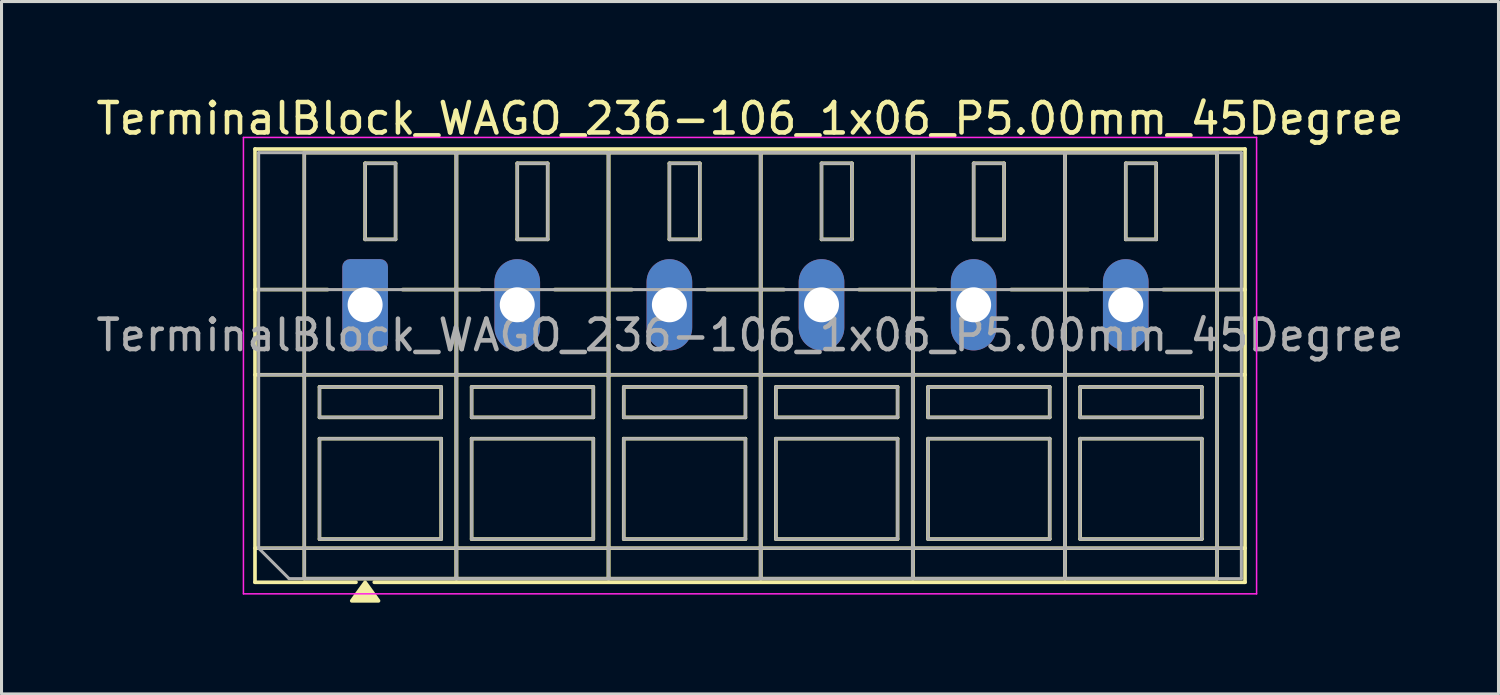
<source format=kicad_pcb>
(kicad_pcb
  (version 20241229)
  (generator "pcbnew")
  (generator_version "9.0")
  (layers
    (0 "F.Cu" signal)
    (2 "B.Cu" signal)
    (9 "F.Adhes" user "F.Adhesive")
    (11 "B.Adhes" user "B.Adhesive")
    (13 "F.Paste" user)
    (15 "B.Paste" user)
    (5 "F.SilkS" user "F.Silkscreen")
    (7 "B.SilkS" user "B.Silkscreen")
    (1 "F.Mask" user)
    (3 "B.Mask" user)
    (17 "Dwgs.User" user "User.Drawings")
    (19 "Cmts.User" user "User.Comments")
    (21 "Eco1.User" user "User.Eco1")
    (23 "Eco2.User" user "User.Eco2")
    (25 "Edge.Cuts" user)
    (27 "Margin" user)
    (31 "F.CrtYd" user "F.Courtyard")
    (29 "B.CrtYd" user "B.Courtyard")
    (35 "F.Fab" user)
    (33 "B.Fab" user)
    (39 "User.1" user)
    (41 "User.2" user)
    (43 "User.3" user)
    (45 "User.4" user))
  (footprint "TerminalBlock_WAGO_236-106_1x06_P5.00mm_45Degree"
    (layer "F.Cu")
    (at 8.951 6.968)
    (property "Reference" "TerminalBlock_WAGO_236-106_1x06_P5.00mm_45Degree" (at 12.65 -6.12 0) (layer "F.SilkS") (effects (font (size 1 1) (thickness 0.15))))
    (attr through_hole)
    (fp_line (start -3.62 -5.12) (end -3.62 9.12) (stroke (width 0.12) (type solid)) (layer "F.SilkS"))
    (fp_line (start -3.62 -5.12) (end 28.92 -5.12) (stroke (width 0.12) (type solid)) (layer "F.SilkS"))
    (fp_line (start -3.62 -0.5) (end -1.23 -0.5) (stroke (width 0.12) (type solid)) (layer "F.SilkS"))
    (fp_line (start -3.62 2.3) (end 28.92 2.3) (stroke (width 0.12) (type solid)) (layer "F.SilkS"))
    (fp_line (start -3.62 8) (end 28.92 8) (stroke (width 0.12) (type solid)) (layer "F.SilkS"))
    (fp_line (start -3.62 9.12) (end -0.3 9.12) (stroke (width 0.12) (type solid)) (layer "F.SilkS"))
    (fp_line (start -2 -5) (end -2 9) (stroke (width 0.12) (type solid)) (layer "F.SilkS"))
    (fp_line (start -2 -5) (end 3 -5) (stroke (width 0.12) (type solid)) (layer "F.SilkS"))
    (fp_line (start -2 9) (end 3 9) (stroke (width 0.12) (type solid)) (layer "F.SilkS"))
    (fp_line (start -1.5 2.7) (end -1.5 3.7) (stroke (width 0.12) (type solid)) (layer "F.SilkS"))
    (fp_line (start -1.5 2.7) (end 2.5 2.7) (stroke (width 0.12) (type solid)) (layer "F.SilkS"))
    (fp_line (start -1.5 3.7) (end 2.5 3.7) (stroke (width 0.12) (type solid)) (layer "F.SilkS"))
    (fp_line (start -1.5 4.4) (end -1.5 7.7) (stroke (width 0.12) (type solid)) (layer "F.SilkS"))
    (fp_line (start -1.5 4.4) (end 2.5 4.4) (stroke (width 0.12) (type solid)) (layer "F.SilkS"))
    (fp_line (start -1.5 7.7) (end 2.5 7.7) (stroke (width 0.12) (type solid)) (layer "F.SilkS"))
    (fp_line (start 0 -4.65) (end 0 -2.15) (stroke (width 0.12) (type solid)) (layer "F.SilkS"))
    (fp_line (start 0 -4.65) (end 1 -4.65) (stroke (width 0.12) (type solid)) (layer "F.SilkS"))
    (fp_line (start 0 -2.15) (end 1 -2.15) (stroke (width 0.12) (type solid)) (layer "F.SilkS"))
    (fp_line (start 0.3 9.12) (end 28.92 9.12) (stroke (width 0.12) (type solid)) (layer "F.SilkS"))
    (fp_line (start 1 -4.65) (end 1 -2.15) (stroke (width 0.12) (type solid)) (layer "F.SilkS"))
    (fp_line (start 1.23 -0.5) (end 3.77 -0.5) (stroke (width 0.12) (type solid)) (layer "F.SilkS"))
    (fp_line (start 2.5 2.7) (end 2.5 3.7) (stroke (width 0.12) (type solid)) (layer "F.SilkS"))
    (fp_line (start 2.5 4.4) (end 2.5 7.7) (stroke (width 0.12) (type solid)) (layer "F.SilkS"))
    (fp_line (start 3 -5) (end 3 9) (stroke (width 0.12) (type solid)) (layer "F.SilkS"))
    (fp_line (start 3 -5) (end 3 9) (stroke (width 0.12) (type solid)) (layer "F.SilkS"))
    (fp_line (start 3 -5) (end 8 -5) (stroke (width 0.12) (type solid)) (layer "F.SilkS"))
    (fp_line (start 3 9) (end 8 9) (stroke (width 0.12) (type solid)) (layer "F.SilkS"))
    (fp_line (start 3.5 2.7) (end 3.5 3.7) (stroke (width 0.12) (type solid)) (layer "F.SilkS"))
    (fp_line (start 3.5 2.7) (end 7.5 2.7) (stroke (width 0.12) (type solid)) (layer "F.SilkS"))
    (fp_line (start 3.5 3.7) (end 7.5 3.7) (stroke (width 0.12) (type solid)) (layer "F.SilkS"))
    (fp_line (start 3.5 4.4) (end 3.5 7.7) (stroke (width 0.12) (type solid)) (layer "F.SilkS"))
    (fp_line (start 3.5 4.4) (end 7.5 4.4) (stroke (width 0.12) (type solid)) (layer "F.SilkS"))
    (fp_line (start 3.5 7.7) (end 7.5 7.7) (stroke (width 0.12) (type solid)) (layer "F.SilkS"))
    (fp_line (start 5 -4.65) (end 5 -2.15) (stroke (width 0.12) (type solid)) (layer "F.SilkS"))
    (fp_line (start 5 -4.65) (end 6 -4.65) (stroke (width 0.12) (type solid)) (layer "F.SilkS"))
    (fp_line (start 5 -2.15) (end 6 -2.15) (stroke (width 0.12) (type solid)) (layer "F.SilkS"))
    (fp_line (start 6 -4.65) (end 6 -2.15) (stroke (width 0.12) (type solid)) (layer "F.SilkS"))
    (fp_line (start 6.23 -0.5) (end 8.77 -0.5) (stroke (width 0.12) (type solid)) (layer "F.SilkS"))
    (fp_line (start 7.5 2.7) (end 7.5 3.7) (stroke (width 0.12) (type solid)) (layer "F.SilkS"))
    (fp_line (start 7.5 4.4) (end 7.5 7.7) (stroke (width 0.12) (type solid)) (layer "F.SilkS"))
    (fp_line (start 8 -5) (end 8 9) (stroke (width 0.12) (type solid)) (layer "F.SilkS"))
    (fp_line (start 8 -5) (end 8 9) (stroke (width 0.12) (type solid)) (layer "F.SilkS"))
    (fp_line (start 8 -5) (end 13 -5) (stroke (width 0.12) (type solid)) (layer "F.SilkS"))
    (fp_line (start 8 9) (end 13 9) (stroke (width 0.12) (type solid)) (layer "F.SilkS"))
    (fp_line (start 8.5 2.7) (end 8.5 3.7) (stroke (width 0.12) (type solid)) (layer "F.SilkS"))
    (fp_line (start 8.5 2.7) (end 12.5 2.7) (stroke (width 0.12) (type solid)) (layer "F.SilkS"))
    (fp_line (start 8.5 3.7) (end 12.5 3.7) (stroke (width 0.12) (type solid)) (layer "F.SilkS"))
    (fp_line (start 8.5 4.4) (end 8.5 7.7) (stroke (width 0.12) (type solid)) (layer "F.SilkS"))
    (fp_line (start 8.5 4.4) (end 12.5 4.4) (stroke (width 0.12) (type solid)) (layer "F.SilkS"))
    (fp_line (start 8.5 7.7) (end 12.5 7.7) (stroke (width 0.12) (type solid)) (layer "F.SilkS"))
    (fp_line (start 10 -4.65) (end 10 -2.15) (stroke (width 0.12) (type solid)) (layer "F.SilkS"))
    (fp_line (start 10 -4.65) (end 11 -4.65) (stroke (width 0.12) (type solid)) (layer "F.SilkS"))
    (fp_line (start 10 -2.15) (end 11 -2.15) (stroke (width 0.12) (type solid)) (layer "F.SilkS"))
    (fp_line (start 11 -4.65) (end 11 -2.15) (stroke (width 0.12) (type solid)) (layer "F.SilkS"))
    (fp_line (start 11.23 -0.5) (end 13.77 -0.5) (stroke (width 0.12) (type solid)) (layer "F.SilkS"))
    (fp_line (start 12.5 2.7) (end 12.5 3.7) (stroke (width 0.12) (type solid)) (layer "F.SilkS"))
    (fp_line (start 12.5 4.4) (end 12.5 7.7) (stroke (width 0.12) (type solid)) (layer "F.SilkS"))
    (fp_line (start 13 -5) (end 13 9) (stroke (width 0.12) (type solid)) (layer "F.SilkS"))
    (fp_line (start 13 -5) (end 13 9) (stroke (width 0.12) (type solid)) (layer "F.SilkS"))
    (fp_line (start 13 -5) (end 18 -5) (stroke (width 0.12) (type solid)) (layer "F.SilkS"))
    (fp_line (start 13 9) (end 18 9) (stroke (width 0.12) (type solid)) (layer "F.SilkS"))
    (fp_line (start 13.5 2.7) (end 13.5 3.7) (stroke (width 0.12) (type solid)) (layer "F.SilkS"))
    (fp_line (start 13.5 2.7) (end 17.5 2.7) (stroke (width 0.12) (type solid)) (layer "F.SilkS"))
    (fp_line (start 13.5 3.7) (end 17.5 3.7) (stroke (width 0.12) (type solid)) (layer "F.SilkS"))
    (fp_line (start 13.5 4.4) (end 13.5 7.7) (stroke (width 0.12) (type solid)) (layer "F.SilkS"))
    (fp_line (start 13.5 4.4) (end 17.5 4.4) (stroke (width 0.12) (type solid)) (layer "F.SilkS"))
    (fp_line (start 13.5 7.7) (end 17.5 7.7) (stroke (width 0.12) (type solid)) (layer "F.SilkS"))
    (fp_line (start 15 -4.65) (end 15 -2.15) (stroke (width 0.12) (type solid)) (layer "F.SilkS"))
    (fp_line (start 15 -4.65) (end 16 -4.65) (stroke (width 0.12) (type solid)) (layer "F.SilkS"))
    (fp_line (start 15 -2.15) (end 16 -2.15) (stroke (width 0.12) (type solid)) (layer "F.SilkS"))
    (fp_line (start 16 -4.65) (end 16 -2.15) (stroke (width 0.12) (type solid)) (layer "F.SilkS"))
    (fp_line (start 16.23 -0.5) (end 18.77 -0.5) (stroke (width 0.12) (type solid)) (layer "F.SilkS"))
    (fp_line (start 17.5 2.7) (end 17.5 3.7) (stroke (width 0.12) (type solid)) (layer "F.SilkS"))
    (fp_line (start 17.5 4.4) (end 17.5 7.7) (stroke (width 0.12) (type solid)) (layer "F.SilkS"))
    (fp_line (start 18 -5) (end 18 9) (stroke (width 0.12) (type solid)) (layer "F.SilkS"))
    (fp_line (start 18 -5) (end 18 9) (stroke (width 0.12) (type solid)) (layer "F.SilkS"))
    (fp_line (start 18 -5) (end 23 -5) (stroke (width 0.12) (type solid)) (layer "F.SilkS"))
    (fp_line (start 18 9) (end 23 9) (stroke (width 0.12) (type solid)) (layer "F.SilkS"))
    (fp_line (start 18.5 2.7) (end 18.5 3.7) (stroke (width 0.12) (type solid)) (layer "F.SilkS"))
    (fp_line (start 18.5 2.7) (end 22.5 2.7) (stroke (width 0.12) (type solid)) (layer "F.SilkS"))
    (fp_line (start 18.5 3.7) (end 22.5 3.7) (stroke (width 0.12) (type solid)) (layer "F.SilkS"))
    (fp_line (start 18.5 4.4) (end 18.5 7.7) (stroke (width 0.12) (type solid)) (layer "F.SilkS"))
    (fp_line (start 18.5 4.4) (end 22.5 4.4) (stroke (width 0.12) (type solid)) (layer "F.SilkS"))
    (fp_line (start 18.5 7.7) (end 22.5 7.7) (stroke (width 0.12) (type solid)) (layer "F.SilkS"))
    (fp_line (start 20 -4.65) (end 20 -2.15) (stroke (width 0.12) (type solid)) (layer "F.SilkS"))
    (fp_line (start 20 -4.65) (end 21 -4.65) (stroke (width 0.12) (type solid)) (layer "F.SilkS"))
    (fp_line (start 20 -2.15) (end 21 -2.15) (stroke (width 0.12) (type solid)) (layer "F.SilkS"))
    (fp_line (start 21 -4.65) (end 21 -2.15) (stroke (width 0.12) (type solid)) (layer "F.SilkS"))
    (fp_line (start 21.23 -0.5) (end 23.77 -0.5) (stroke (width 0.12) (type solid)) (layer "F.SilkS"))
    (fp_line (start 22.5 2.7) (end 22.5 3.7) (stroke (width 0.12) (type solid)) (layer "F.SilkS"))
    (fp_line (start 22.5 4.4) (end 22.5 7.7) (stroke (width 0.12) (type solid)) (layer "F.SilkS"))
    (fp_line (start 23 -5) (end 23 9) (stroke (width 0.12) (type solid)) (layer "F.SilkS"))
    (fp_line (start 23 -5) (end 23 9) (stroke (width 0.12) (type solid)) (layer "F.SilkS"))
    (fp_line (start 23 -5) (end 28 -5) (stroke (width 0.12) (type solid)) (layer "F.SilkS"))
    (fp_line (start 23 9) (end 28 9) (stroke (width 0.12) (type solid)) (layer "F.SilkS"))
    (fp_line (start 23.5 2.7) (end 23.5 3.7) (stroke (width 0.12) (type solid)) (layer "F.SilkS"))
    (fp_line (start 23.5 2.7) (end 27.5 2.7) (stroke (width 0.12) (type solid)) (layer "F.SilkS"))
    (fp_line (start 23.5 3.7) (end 27.5 3.7) (stroke (width 0.12) (type solid)) (layer "F.SilkS"))
    (fp_line (start 23.5 4.4) (end 23.5 7.7) (stroke (width 0.12) (type solid)) (layer "F.SilkS"))
    (fp_line (start 23.5 4.4) (end 27.5 4.4) (stroke (width 0.12) (type solid)) (layer "F.SilkS"))
    (fp_line (start 23.5 7.7) (end 27.5 7.7) (stroke (width 0.12) (type solid)) (layer "F.SilkS"))
    (fp_line (start 25 -4.65) (end 25 -2.15) (stroke (width 0.12) (type solid)) (layer "F.SilkS"))
    (fp_line (start 25 -4.65) (end 26 -4.65) (stroke (width 0.12) (type solid)) (layer "F.SilkS"))
    (fp_line (start 25 -2.15) (end 26 -2.15) (stroke (width 0.12) (type solid)) (layer "F.SilkS"))
    (fp_line (start 26 -4.65) (end 26 -2.15) (stroke (width 0.12) (type solid)) (layer "F.SilkS"))
    (fp_line (start 26.23 -0.5) (end 28.92 -0.5) (stroke (width 0.12) (type solid)) (layer "F.SilkS"))
    (fp_line (start 27.5 2.7) (end 27.5 3.7) (stroke (width 0.12) (type solid)) (layer "F.SilkS"))
    (fp_line (start 27.5 4.4) (end 27.5 7.7) (stroke (width 0.12) (type solid)) (layer "F.SilkS"))
    (fp_line (start 28 -5) (end 28 9) (stroke (width 0.12) (type solid)) (layer "F.SilkS"))
    (fp_line (start 28.92 -5.12) (end 28.92 9.12) (stroke (width 0.12) (type solid)) (layer "F.SilkS"))
    (fp_poly (pts (xy 0 9.12) (xy 0.44 9.73) (xy -0.44 9.73)) (stroke (width 0.12) (type solid)) (fill yes) (layer "F.SilkS"))
    (fp_line (start -4 -5.5) (end -4 9.5) (stroke (width 0.05) (type solid)) (layer "F.CrtYd"))
    (fp_line (start -4 9.5) (end 29.3 9.5) (stroke (width 0.05) (type solid)) (layer "F.CrtYd"))
    (fp_line (start 29.3 -5.5) (end -4 -5.5) (stroke (width 0.05) (type solid)) (layer "F.CrtYd"))
    (fp_line (start 29.3 9.5) (end 29.3 -5.5) (stroke (width 0.05) (type solid)) (layer "F.CrtYd"))
    (fp_line (start -3.5 -5) (end 28.8 -5) (stroke (width 0.1) (type solid)) (layer "F.Fab"))
    (fp_line (start -3.5 -0.5) (end 28.8 -0.5) (stroke (width 0.1) (type solid)) (layer "F.Fab"))
    (fp_line (start -3.5 2.3) (end 28.8 2.3) (stroke (width 0.1) (type solid)) (layer "F.Fab"))
    (fp_line (start -3.5 8) (end -3.5 -5) (stroke (width 0.1) (type solid)) (layer "F.Fab"))
    (fp_line (start -3.5 8) (end 28.8 8) (stroke (width 0.1) (type solid)) (layer "F.Fab"))
    (fp_line (start -2.5 9) (end -3.5 8) (stroke (width 0.1) (type solid)) (layer "F.Fab"))
    (fp_line (start -2 -5) (end -2 9) (stroke (width 0.1) (type solid)) (layer "F.Fab"))
    (fp_line (start -2 9) (end 3 9) (stroke (width 0.1) (type solid)) (layer "F.Fab"))
    (fp_line (start -1.5 2.7) (end -1.5 3.7) (stroke (width 0.1) (type solid)) (layer "F.Fab"))
    (fp_line (start -1.5 3.7) (end 2.5 3.7) (stroke (width 0.1) (type solid)) (layer "F.Fab"))
    (fp_line (start -1.5 4.4) (end -1.5 7.7) (stroke (width 0.1) (type solid)) (layer "F.Fab"))
    (fp_line (start -1.5 7.7) (end 2.5 7.7) (stroke (width 0.1) (type solid)) (layer "F.Fab"))
    (fp_line (start 0 -4.65) (end 0 -2.15) (stroke (width 0.1) (type solid)) (layer "F.Fab"))
    (fp_line (start 0 -2.15) (end 1 -2.15) (stroke (width 0.1) (type solid)) (layer "F.Fab"))
    (fp_line (start 1 -4.65) (end 0 -4.65) (stroke (width 0.1) (type solid)) (layer "F.Fab"))
    (fp_line (start 1 -2.15) (end 1 -4.65) (stroke (width 0.1) (type solid)) (layer "F.Fab"))
    (fp_line (start 2.5 2.7) (end -1.5 2.7) (stroke (width 0.1) (type solid)) (layer "F.Fab"))
    (fp_line (start 2.5 3.7) (end 2.5 2.7) (stroke (width 0.1) (type solid)) (layer "F.Fab"))
    (fp_line (start 2.5 4.4) (end -1.5 4.4) (stroke (width 0.1) (type solid)) (layer "F.Fab"))
    (fp_line (start 2.5 7.7) (end 2.5 4.4) (stroke (width 0.1) (type solid)) (layer "F.Fab"))
    (fp_line (start 3 -5) (end -2 -5) (stroke (width 0.1) (type solid)) (layer "F.Fab"))
    (fp_line (start 3 -5) (end 3 9) (stroke (width 0.1) (type solid)) (layer "F.Fab"))
    (fp_line (start 3 9) (end 3 -5) (stroke (width 0.1) (type solid)) (layer "F.Fab"))
    (fp_line (start 3 9) (end 8 9) (stroke (width 0.1) (type solid)) (layer "F.Fab"))
    (fp_line (start 3.5 2.7) (end 3.5 3.7) (stroke (width 0.1) (type solid)) (layer "F.Fab"))
    (fp_line (start 3.5 3.7) (end 7.5 3.7) (stroke (width 0.1) (type solid)) (layer "F.Fab"))
    (fp_line (start 3.5 4.4) (end 3.5 7.7) (stroke (width 0.1) (type solid)) (layer "F.Fab"))
    (fp_line (start 3.5 7.7) (end 7.5 7.7) (stroke (width 0.1) (type solid)) (layer "F.Fab"))
    (fp_line (start 5 -4.65) (end 5 -2.15) (stroke (width 0.1) (type solid)) (layer "F.Fab"))
    (fp_line (start 5 -2.15) (end 6 -2.15) (stroke (width 0.1) (type solid)) (layer "F.Fab"))
    (fp_line (start 6 -4.65) (end 5 -4.65) (stroke (width 0.1) (type solid)) (layer "F.Fab"))
    (fp_line (start 6 -2.15) (end 6 -4.65) (stroke (width 0.1) (type solid)) (layer "F.Fab"))
    (fp_line (start 7.5 2.7) (end 3.5 2.7) (stroke (width 0.1) (type solid)) (layer "F.Fab"))
    (fp_line (start 7.5 3.7) (end 7.5 2.7) (stroke (width 0.1) (type solid)) (layer "F.Fab"))
    (fp_line (start 7.5 4.4) (end 3.5 4.4) (stroke (width 0.1) (type solid)) (layer "F.Fab"))
    (fp_line (start 7.5 7.7) (end 7.5 4.4) (stroke (width 0.1) (type solid)) (layer "F.Fab"))
    (fp_line (start 8 -5) (end 3 -5) (stroke (width 0.1) (type solid)) (layer "F.Fab"))
    (fp_line (start 8 -5) (end 8 9) (stroke (width 0.1) (type solid)) (layer "F.Fab"))
    (fp_line (start 8 9) (end 8 -5) (stroke (width 0.1) (type solid)) (layer "F.Fab"))
    (fp_line (start 8 9) (end 13 9) (stroke (width 0.1) (type solid)) (layer "F.Fab"))
    (fp_line (start 8.5 2.7) (end 8.5 3.7) (stroke (width 0.1) (type solid)) (layer "F.Fab"))
    (fp_line (start 8.5 3.7) (end 12.5 3.7) (stroke (width 0.1) (type solid)) (layer "F.Fab"))
    (fp_line (start 8.5 4.4) (end 8.5 7.7) (stroke (width 0.1) (type solid)) (layer "F.Fab"))
    (fp_line (start 8.5 7.7) (end 12.5 7.7) (stroke (width 0.1) (type solid)) (layer "F.Fab"))
    (fp_line (start 10 -4.65) (end 10 -2.15) (stroke (width 0.1) (type solid)) (layer "F.Fab"))
    (fp_line (start 10 -2.15) (end 11 -2.15) (stroke (width 0.1) (type solid)) (layer "F.Fab"))
    (fp_line (start 11 -4.65) (end 10 -4.65) (stroke (width 0.1) (type solid)) (layer "F.Fab"))
    (fp_line (start 11 -2.15) (end 11 -4.65) (stroke (width 0.1) (type solid)) (layer "F.Fab"))
    (fp_line (start 12.5 2.7) (end 8.5 2.7) (stroke (width 0.1) (type solid)) (layer "F.Fab"))
    (fp_line (start 12.5 3.7) (end 12.5 2.7) (stroke (width 0.1) (type solid)) (layer "F.Fab"))
    (fp_line (start 12.5 4.4) (end 8.5 4.4) (stroke (width 0.1) (type solid)) (layer "F.Fab"))
    (fp_line (start 12.5 7.7) (end 12.5 4.4) (stroke (width 0.1) (type solid)) (layer "F.Fab"))
    (fp_line (start 13 -5) (end 8 -5) (stroke (width 0.1) (type solid)) (layer "F.Fab"))
    (fp_line (start 13 -5) (end 13 9) (stroke (width 0.1) (type solid)) (layer "F.Fab"))
    (fp_line (start 13 9) (end 13 -5) (stroke (width 0.1) (type solid)) (layer "F.Fab"))
    (fp_line (start 13 9) (end 18 9) (stroke (width 0.1) (type solid)) (layer "F.Fab"))
    (fp_line (start 13.5 2.7) (end 13.5 3.7) (stroke (width 0.1) (type solid)) (layer "F.Fab"))
    (fp_line (start 13.5 3.7) (end 17.5 3.7) (stroke (width 0.1) (type solid)) (layer "F.Fab"))
    (fp_line (start 13.5 4.4) (end 13.5 7.7) (stroke (width 0.1) (type solid)) (layer "F.Fab"))
    (fp_line (start 13.5 7.7) (end 17.5 7.7) (stroke (width 0.1) (type solid)) (layer "F.Fab"))
    (fp_line (start 15 -4.65) (end 15 -2.15) (stroke (width 0.1) (type solid)) (layer "F.Fab"))
    (fp_line (start 15 -2.15) (end 16 -2.15) (stroke (width 0.1) (type solid)) (layer "F.Fab"))
    (fp_line (start 16 -4.65) (end 15 -4.65) (stroke (width 0.1) (type solid)) (layer "F.Fab"))
    (fp_line (start 16 -2.15) (end 16 -4.65) (stroke (width 0.1) (type solid)) (layer "F.Fab"))
    (fp_line (start 17.5 2.7) (end 13.5 2.7) (stroke (width 0.1) (type solid)) (layer "F.Fab"))
    (fp_line (start 17.5 3.7) (end 17.5 2.7) (stroke (width 0.1) (type solid)) (layer "F.Fab"))
    (fp_line (start 17.5 4.4) (end 13.5 4.4) (stroke (width 0.1) (type solid)) (layer "F.Fab"))
    (fp_line (start 17.5 7.7) (end 17.5 4.4) (stroke (width 0.1) (type solid)) (layer "F.Fab"))
    (fp_line (start 18 -5) (end 13 -5) (stroke (width 0.1) (type solid)) (layer "F.Fab"))
    (fp_line (start 18 -5) (end 18 9) (stroke (width 0.1) (type solid)) (layer "F.Fab"))
    (fp_line (start 18 9) (end 18 -5) (stroke (width 0.1) (type solid)) (layer "F.Fab"))
    (fp_line (start 18 9) (end 23 9) (stroke (width 0.1) (type solid)) (layer "F.Fab"))
    (fp_line (start 18.5 2.7) (end 18.5 3.7) (stroke (width 0.1) (type solid)) (layer "F.Fab"))
    (fp_line (start 18.5 3.7) (end 22.5 3.7) (stroke (width 0.1) (type solid)) (layer "F.Fab"))
    (fp_line (start 18.5 4.4) (end 18.5 7.7) (stroke (width 0.1) (type solid)) (layer "F.Fab"))
    (fp_line (start 18.5 7.7) (end 22.5 7.7) (stroke (width 0.1) (type solid)) (layer "F.Fab"))
    (fp_line (start 20 -4.65) (end 20 -2.15) (stroke (width 0.1) (type solid)) (layer "F.Fab"))
    (fp_line (start 20 -2.15) (end 21 -2.15) (stroke (width 0.1) (type solid)) (layer "F.Fab"))
    (fp_line (start 21 -4.65) (end 20 -4.65) (stroke (width 0.1) (type solid)) (layer "F.Fab"))
    (fp_line (start 21 -2.15) (end 21 -4.65) (stroke (width 0.1) (type solid)) (layer "F.Fab"))
    (fp_line (start 22.5 2.7) (end 18.5 2.7) (stroke (width 0.1) (type solid)) (layer "F.Fab"))
    (fp_line (start 22.5 3.7) (end 22.5 2.7) (stroke (width 0.1) (type solid)) (layer "F.Fab"))
    (fp_line (start 22.5 4.4) (end 18.5 4.4) (stroke (width 0.1) (type solid)) (layer "F.Fab"))
    (fp_line (start 22.5 7.7) (end 22.5 4.4) (stroke (width 0.1) (type solid)) (layer "F.Fab"))
    (fp_line (start 23 -5) (end 18 -5) (stroke (width 0.1) (type solid)) (layer "F.Fab"))
    (fp_line (start 23 -5) (end 23 9) (stroke (width 0.1) (type solid)) (layer "F.Fab"))
    (fp_line (start 23 9) (end 23 -5) (stroke (width 0.1) (type solid)) (layer "F.Fab"))
    (fp_line (start 23 9) (end 28 9) (stroke (width 0.1) (type solid)) (layer "F.Fab"))
    (fp_line (start 23.5 2.7) (end 23.5 3.7) (stroke (width 0.1) (type solid)) (layer "F.Fab"))
    (fp_line (start 23.5 3.7) (end 27.5 3.7) (stroke (width 0.1) (type solid)) (layer "F.Fab"))
    (fp_line (start 23.5 4.4) (end 23.5 7.7) (stroke (width 0.1) (type solid)) (layer "F.Fab"))
    (fp_line (start 23.5 7.7) (end 27.5 7.7) (stroke (width 0.1) (type solid)) (layer "F.Fab"))
    (fp_line (start 25 -4.65) (end 25 -2.15) (stroke (width 0.1) (type solid)) (layer "F.Fab"))
    (fp_line (start 25 -2.15) (end 26 -2.15) (stroke (width 0.1) (type solid)) (layer "F.Fab"))
    (fp_line (start 26 -4.65) (end 25 -4.65) (stroke (width 0.1) (type solid)) (layer "F.Fab"))
    (fp_line (start 26 -2.15) (end 26 -4.65) (stroke (width 0.1) (type solid)) (layer "F.Fab"))
    (fp_line (start 27.5 2.7) (end 23.5 2.7) (stroke (width 0.1) (type solid)) (layer "F.Fab"))
    (fp_line (start 27.5 3.7) (end 27.5 2.7) (stroke (width 0.1) (type solid)) (layer "F.Fab"))
    (fp_line (start 27.5 4.4) (end 23.5 4.4) (stroke (width 0.1) (type solid)) (layer "F.Fab"))
    (fp_line (start 27.5 7.7) (end 27.5 4.4) (stroke (width 0.1) (type solid)) (layer "F.Fab"))
    (fp_line (start 28 -5) (end 23 -5) (stroke (width 0.1) (type solid)) (layer "F.Fab"))
    (fp_line (start 28 9) (end 28 -5) (stroke (width 0.1) (type solid)) (layer "F.Fab"))
    (fp_line (start 28.8 -5) (end 28.8 9) (stroke (width 0.1) (type solid)) (layer "F.Fab"))
    (fp_line (start 28.8 9) (end -2.5 9) (stroke (width 0.1) (type solid)) (layer "F.Fab"))
    (fp_text user "${REFERENCE}" (at 12.65 1 0) (layer "F.Fab") (effects (font (size 1 1) (thickness 0.15))))
    (pad "1" thru_hole roundrect (at 0 0) (size 1.5 3) (drill 1.15) (layers "*.Cu" "*.Mask") (roundrect_rratio 0.167))
    (pad "2" thru_hole oval (at 5 0) (size 1.5 3) (drill 1.15) (layers "*.Cu" "*.Mask"))
    (pad "3" thru_hole oval (at 10 0) (size 1.5 3) (drill 1.15) (layers "*.Cu" "*.Mask"))
    (pad "4" thru_hole oval (at 15 0) (size 1.5 3) (drill 1.15) (layers "*.Cu" "*.Mask"))
    (pad "5" thru_hole oval (at 20 0) (size 1.5 3) (drill 1.15) (layers "*.Cu" "*.Mask"))
    (pad "6" thru_hole oval (at 25 0) (size 1.5 3) (drill 1.15) (layers "*.Cu" "*.Mask")))
  (gr_rect
    (start -3 -3)
    (end 46.202 19.758)
    (stroke (width 0.1) (type default))
    (fill no)
    (layer "Edge.Cuts")))
</source>
